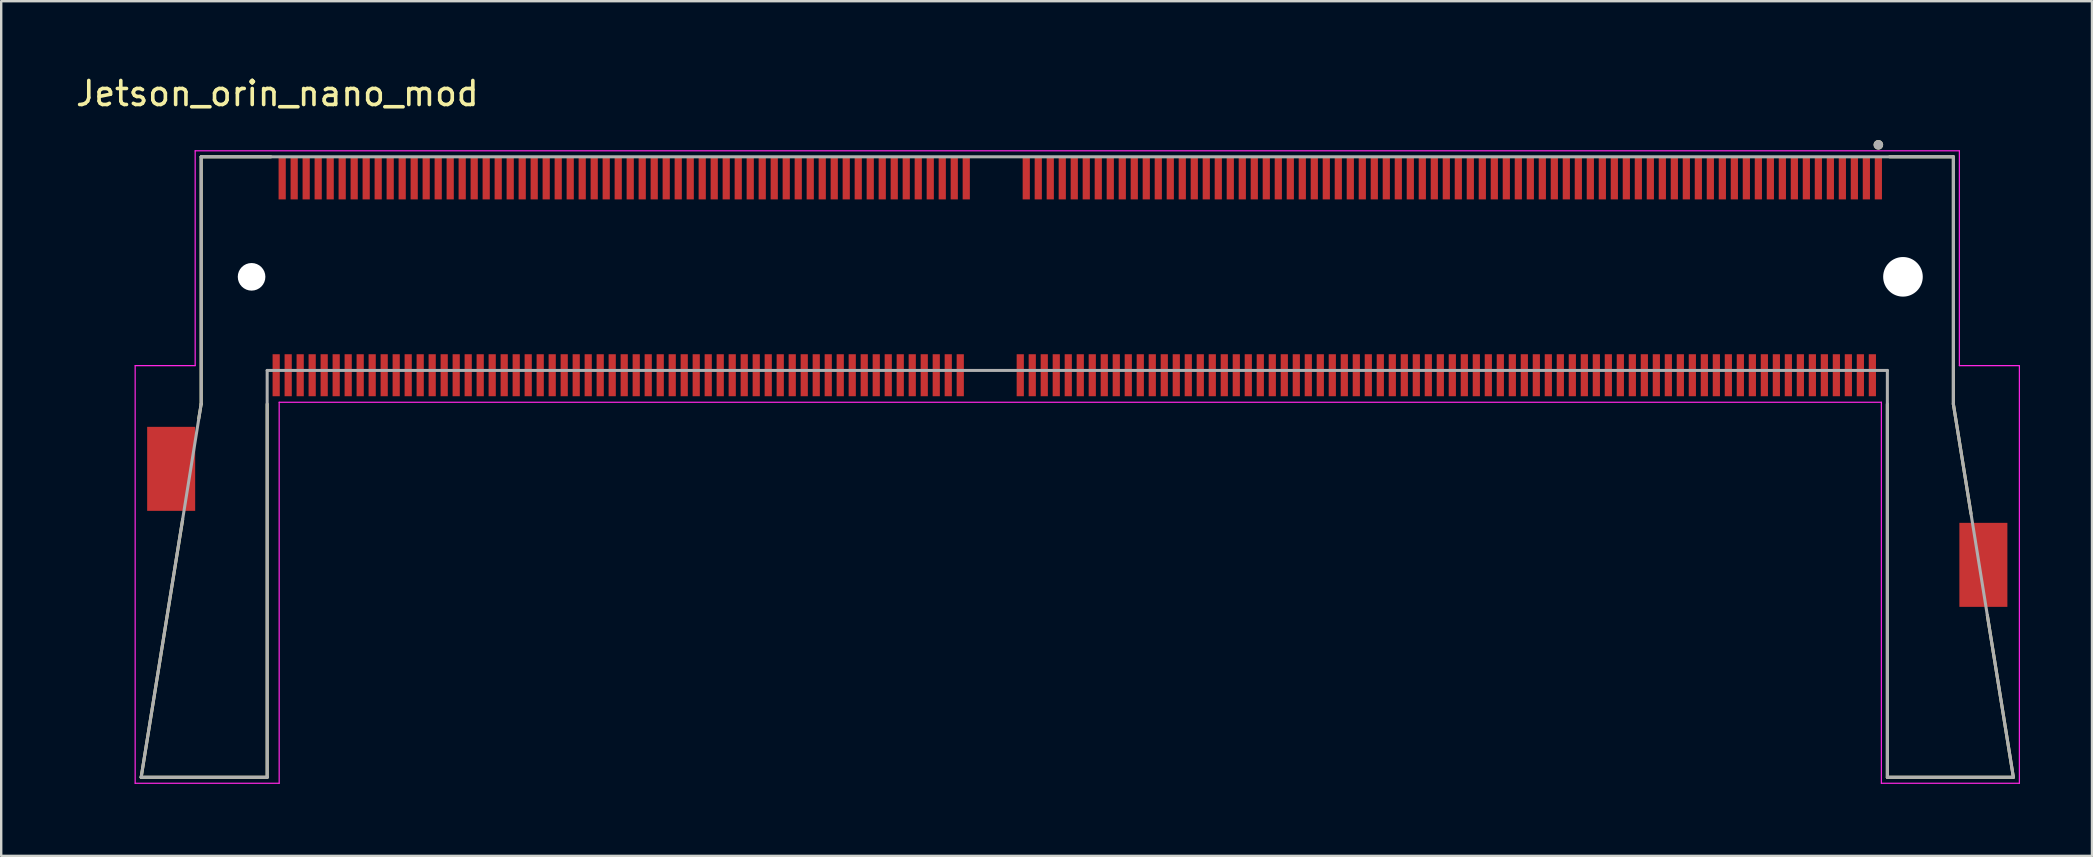
<source format=kicad_pcb>
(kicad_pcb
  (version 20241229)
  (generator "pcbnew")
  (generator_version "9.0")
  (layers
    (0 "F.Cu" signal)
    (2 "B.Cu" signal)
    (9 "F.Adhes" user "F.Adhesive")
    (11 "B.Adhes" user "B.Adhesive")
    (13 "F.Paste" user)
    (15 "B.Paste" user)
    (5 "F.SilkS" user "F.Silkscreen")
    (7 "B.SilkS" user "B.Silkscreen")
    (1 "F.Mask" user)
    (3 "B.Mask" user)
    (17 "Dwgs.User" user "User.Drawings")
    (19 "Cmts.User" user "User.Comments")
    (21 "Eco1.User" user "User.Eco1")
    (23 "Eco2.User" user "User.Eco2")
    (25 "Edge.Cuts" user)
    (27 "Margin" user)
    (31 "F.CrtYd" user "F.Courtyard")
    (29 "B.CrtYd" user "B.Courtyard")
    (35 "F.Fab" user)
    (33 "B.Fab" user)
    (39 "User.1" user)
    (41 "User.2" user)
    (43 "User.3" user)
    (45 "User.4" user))
  (footprint "Jetson_orin_nano_mod"
    (layer "F.Cu")
    (at 38.331 8.483)
    (property "Reference" "Jetson_orin_nano_mod" (at -29.825 -7.635 0) (layer "F.SilkS") (effects (font (size 1 1) (thickness 0.15))))
    (attr smd)
    (fp_line (start -35.5 20.85) (end -33.77 10.105) (stroke (width 0.127) (type solid)) (layer "F.SilkS"))
    (fp_line (start -35.5 20.85) (end -30.25 20.85) (stroke (width 0.127) (type solid)) (layer "F.SilkS"))
    (fp_line (start -33 -5) (end -33 5.3) (stroke (width 0.127) (type solid)) (layer "F.SilkS"))
    (fp_line (start -33 5.3) (end -33.1 5.9) (stroke (width 0.127) (type solid)) (layer "F.SilkS"))
    (fp_line (start -30.25 20.85) (end -30.25 5.3) (stroke (width 0.127) (type solid)) (layer "F.SilkS"))
    (fp_line (start -30.095 -5) (end -33 -5) (stroke (width 0.127) (type solid)) (layer "F.SilkS"))
    (fp_line (start 37.25 5.3) (end 37.25 20.85) (stroke (width 0.127) (type solid)) (layer "F.SilkS"))
    (fp_line (start 37.25 20.85) (end 42.5 20.85) (stroke (width 0.127) (type solid)) (layer "F.SilkS"))
    (fp_line (start 40 -5) (end 37.345 -5) (stroke (width 0.127) (type solid)) (layer "F.SilkS"))
    (fp_line (start 40 5.3) (end 40 -5) (stroke (width 0.127) (type solid)) (layer "F.SilkS"))
    (fp_line (start 40 5.3) (end 40.735 9.87) (stroke (width 0.127) (type solid)) (layer "F.SilkS"))
    (fp_line (start 42.5 20.85) (end 41.415 14.1) (stroke (width 0.127) (type solid)) (layer "F.SilkS"))
    (fp_circle (center 36.875 -5.5) (end 36.975 -5.5) (stroke (width 0.2) (type solid)) (fill no) (layer "F.SilkS"))
    (fp_line (start -35.75 3.7) (end -33.25 3.7) (stroke (width 0.05) (type solid)) (layer "F.CrtYd"))
    (fp_line (start -35.75 21.1) (end -35.75 3.7) (stroke (width 0.05) (type solid)) (layer "F.CrtYd"))
    (fp_line (start -33.25 -5.25) (end 40.25 -5.25) (stroke (width 0.05) (type solid)) (layer "F.CrtYd"))
    (fp_line (start -33.25 3.7) (end -33.25 -5.25) (stroke (width 0.05) (type solid)) (layer "F.CrtYd"))
    (fp_line (start -29.75 5.225) (end -29.75 21.1) (stroke (width 0.05) (type solid)) (layer "F.CrtYd"))
    (fp_line (start -29.75 21.1) (end -35.75 21.1) (stroke (width 0.05) (type solid)) (layer "F.CrtYd"))
    (fp_line (start 37 5.225) (end -29.75 5.225) (stroke (width 0.05) (type solid)) (layer "F.CrtYd"))
    (fp_line (start 37 21.1) (end 37 5.225) (stroke (width 0.05) (type solid)) (layer "F.CrtYd"))
    (fp_line (start 40.25 -5.25) (end 40.25 3.7) (stroke (width 0.05) (type solid)) (layer "F.CrtYd"))
    (fp_line (start 40.25 3.7) (end 42.75 3.7) (stroke (width 0.05) (type solid)) (layer "F.CrtYd"))
    (fp_line (start 42.75 3.7) (end 42.75 21.1) (stroke (width 0.05) (type solid)) (layer "F.CrtYd"))
    (fp_line (start 42.75 21.1) (end 37 21.1) (stroke (width 0.05) (type solid)) (layer "F.CrtYd"))
    (fp_line (start -35.5 20.85) (end -30.25 20.85) (stroke (width 0.127) (type solid)) (layer "F.Fab"))
    (fp_line (start -33 -5) (end -33 5.3) (stroke (width 0.127) (type solid)) (layer "F.Fab"))
    (fp_line (start -33 5.3) (end -35.5 20.85) (stroke (width 0.127) (type solid)) (layer "F.Fab"))
    (fp_line (start -30.25 3.9) (end 37.25 3.9) (stroke (width 0.127) (type solid)) (layer "F.Fab"))
    (fp_line (start -30.25 20.85) (end -30.25 3.9) (stroke (width 0.127) (type solid)) (layer "F.Fab"))
    (fp_line (start 37.25 3.9) (end 37.25 20.85) (stroke (width 0.127) (type solid)) (layer "F.Fab"))
    (fp_line (start 37.25 20.85) (end 42.5 20.85) (stroke (width 0.127) (type solid)) (layer "F.Fab"))
    (fp_line (start 40 -5) (end -33 -5) (stroke (width 0.127) (type solid)) (layer "F.Fab"))
    (fp_line (start 40 5.3) (end 40 -5) (stroke (width 0.127) (type solid)) (layer "F.Fab"))
    (fp_line (start 42.5 20.85) (end 40 5.3) (stroke (width 0.127) (type solid)) (layer "F.Fab"))
    (fp_circle (center 36.875 -5.5) (end 36.975 -5.5) (stroke (width 0.2) (type solid)) (fill no) (layer "F.Fab"))
    (pad "" np_thru_hole circle (at -30.9 0) (size 1.15 1.15) (drill 1.15) (layers "*.Cu" "*.Mask"))
    (pad "" np_thru_hole circle (at 37.9 0) (size 1.65 1.65) (drill 1.65) (layers "*.Cu" "*.Mask"))
    (pad "1" smd rect (at 36.875 -4.1 90) (size 1.75 0.3) (layers "F.Cu" "F.Mask" "F.Paste"))
    (pad "2" smd rect (at 36.625 4.1 90) (size 1.75 0.3) (layers "F.Cu" "F.Mask" "F.Paste"))
    (pad "3" smd rect (at 36.375 -4.1 90) (size 1.75 0.3) (layers "F.Cu" "F.Mask" "F.Paste"))
    (pad "4" smd rect (at 36.125 4.1 90) (size 1.75 0.3) (layers "F.Cu" "F.Mask" "F.Paste"))
    (pad "5" smd rect (at 35.875 -4.1 90) (size 1.75 0.3) (layers "F.Cu" "F.Mask" "F.Paste"))
    (pad "6" smd rect (at 35.625 4.1 90) (size 1.75 0.3) (layers "F.Cu" "F.Mask" "F.Paste"))
    (pad "7" smd rect (at 35.375 -4.1 90) (size 1.75 0.3) (layers "F.Cu" "F.Mask" "F.Paste"))
    (pad "8" smd rect (at 35.125 4.1 90) (size 1.75 0.3) (layers "F.Cu" "F.Mask" "F.Paste"))
    (pad "9" smd rect (at 34.875 -4.1 90) (size 1.75 0.3) (layers "F.Cu" "F.Mask" "F.Paste"))
    (pad "10" smd rect (at 34.625 4.1 90) (size 1.75 0.3) (layers "F.Cu" "F.Mask" "F.Paste"))
    (pad "11" smd rect (at 34.375 -4.1 90) (size 1.75 0.3) (layers "F.Cu" "F.Mask" "F.Paste"))
    (pad "12" smd rect (at 34.125 4.1 90) (size 1.75 0.3) (layers "F.Cu" "F.Mask" "F.Paste"))
    (pad "13" smd rect (at 33.875 -4.1 90) (size 1.75 0.3) (layers "F.Cu" "F.Mask" "F.Paste"))
    (pad "14" smd rect (at 33.625 4.1 90) (size 1.75 0.3) (layers "F.Cu" "F.Mask" "F.Paste"))
    (pad "15" smd rect (at 33.375 -4.1 90) (size 1.75 0.3) (layers "F.Cu" "F.Mask" "F.Paste"))
    (pad "16" smd rect (at 33.125 4.1 90) (size 1.75 0.3) (layers "F.Cu" "F.Mask" "F.Paste"))
    (pad "17" smd rect (at 32.875 -4.1 90) (size 1.75 0.3) (layers "F.Cu" "F.Mask" "F.Paste"))
    (pad "18" smd rect (at 32.625 4.1 90) (size 1.75 0.3) (layers "F.Cu" "F.Mask" "F.Paste"))
    (pad "19" smd rect (at 32.375 -4.1 90) (size 1.75 0.3) (layers "F.Cu" "F.Mask" "F.Paste"))
    (pad "20" smd rect (at 32.125 4.1 90) (size 1.75 0.3) (layers "F.Cu" "F.Mask" "F.Paste"))
    (pad "21" smd rect (at 31.875 -4.1 90) (size 1.75 0.3) (layers "F.Cu" "F.Mask" "F.Paste"))
    (pad "22" smd rect (at 31.625 4.1 90) (size 1.75 0.3) (layers "F.Cu" "F.Mask" "F.Paste"))
    (pad "23" smd rect (at 31.375 -4.1 90) (size 1.75 0.3) (layers "F.Cu" "F.Mask" "F.Paste"))
    (pad "24" smd rect (at 31.125 4.1 90) (size 1.75 0.3) (layers "F.Cu" "F.Mask" "F.Paste"))
    (pad "25" smd rect (at 30.875 -4.1 90) (size 1.75 0.3) (layers "F.Cu" "F.Mask" "F.Paste"))
    (pad "26" smd rect (at 30.625 4.1 90) (size 1.75 0.3) (layers "F.Cu" "F.Mask" "F.Paste"))
    (pad "27" smd rect (at 30.375 -4.1 90) (size 1.75 0.3) (layers "F.Cu" "F.Mask" "F.Paste"))
    (pad "28" smd rect (at 30.125 4.1 90) (size 1.75 0.3) (layers "F.Cu" "F.Mask" "F.Paste"))
    (pad "29" smd rect (at 29.875 -4.1 90) (size 1.75 0.3) (layers "F.Cu" "F.Mask" "F.Paste"))
    (pad "30" smd rect (at 29.625 4.1 90) (size 1.75 0.3) (layers "F.Cu" "F.Mask" "F.Paste"))
    (pad "31" smd rect (at 29.375 -4.1 90) (size 1.75 0.3) (layers "F.Cu" "F.Mask" "F.Paste"))
    (pad "32" smd rect (at 29.125 4.1 90) (size 1.75 0.3) (layers "F.Cu" "F.Mask" "F.Paste"))
    (pad "33" smd rect (at 28.875 -4.1 90) (size 1.75 0.3) (layers "F.Cu" "F.Mask" "F.Paste"))
    (pad "34" smd rect (at 28.625 4.1 90) (size 1.75 0.3) (layers "F.Cu" "F.Mask" "F.Paste"))
    (pad "35" smd rect (at 28.375 -4.1 90) (size 1.75 0.3) (layers "F.Cu" "F.Mask" "F.Paste"))
    (pad "36" smd rect (at 28.125 4.1 90) (size 1.75 0.3) (layers "F.Cu" "F.Mask" "F.Paste"))
    (pad "37" smd rect (at 27.875 -4.1 90) (size 1.75 0.3) (layers "F.Cu" "F.Mask" "F.Paste"))
    (pad "38" smd rect (at 27.625 4.1 90) (size 1.75 0.3) (layers "F.Cu" "F.Mask" "F.Paste"))
    (pad "39" smd rect (at 27.375 -4.1 90) (size 1.75 0.3) (layers "F.Cu" "F.Mask" "F.Paste"))
    (pad "40" smd rect (at 27.125 4.1 90) (size 1.75 0.3) (layers "F.Cu" "F.Mask" "F.Paste"))
    (pad "41" smd rect (at 26.875 -4.1 90) (size 1.75 0.3) (layers "F.Cu" "F.Mask" "F.Paste"))
    (pad "42" smd rect (at 26.625 4.1 90) (size 1.75 0.3) (layers "F.Cu" "F.Mask" "F.Paste"))
    (pad "43" smd rect (at 26.375 -4.1 90) (size 1.75 0.3) (layers "F.Cu" "F.Mask" "F.Paste"))
    (pad "44" smd rect (at 26.125 4.1 90) (size 1.75 0.3) (layers "F.Cu" "F.Mask" "F.Paste"))
    (pad "45" smd rect (at 25.875 -4.1 90) (size 1.75 0.3) (layers "F.Cu" "F.Mask" "F.Paste"))
    (pad "46" smd rect (at 25.625 4.1 90) (size 1.75 0.3) (layers "F.Cu" "F.Mask" "F.Paste"))
    (pad "47" smd rect (at 25.375 -4.1 90) (size 1.75 0.3) (layers "F.Cu" "F.Mask" "F.Paste"))
    (pad "48" smd rect (at 25.125 4.1 90) (size 1.75 0.3) (layers "F.Cu" "F.Mask" "F.Paste"))
    (pad "49" smd rect (at 24.875 -4.1 90) (size 1.75 0.3) (layers "F.Cu" "F.Mask" "F.Paste"))
    (pad "50" smd rect (at 24.625 4.1 90) (size 1.75 0.3) (layers "F.Cu" "F.Mask" "F.Paste"))
    (pad "51" smd rect (at 24.375 -4.1 90) (size 1.75 0.3) (layers "F.Cu" "F.Mask" "F.Paste"))
    (pad "52" smd rect (at 24.125 4.1 90) (size 1.75 0.3) (layers "F.Cu" "F.Mask" "F.Paste"))
    (pad "53" smd rect (at 23.875 -4.1 90) (size 1.75 0.3) (layers "F.Cu" "F.Mask" "F.Paste"))
    (pad "54" smd rect (at 23.625 4.1 90) (size 1.75 0.3) (layers "F.Cu" "F.Mask" "F.Paste"))
    (pad "55" smd rect (at 23.375 -4.1 90) (size 1.75 0.3) (layers "F.Cu" "F.Mask" "F.Paste"))
    (pad "56" smd rect (at 23.125 4.1 90) (size 1.75 0.3) (layers "F.Cu" "F.Mask" "F.Paste"))
    (pad "57" smd rect (at 22.875 -4.1 90) (size 1.75 0.3) (layers "F.Cu" "F.Mask" "F.Paste"))
    (pad "58" smd rect (at 22.625 4.1 90) (size 1.75 0.3) (layers "F.Cu" "F.Mask" "F.Paste"))
    (pad "59" smd rect (at 22.375 -4.1 90) (size 1.75 0.3) (layers "F.Cu" "F.Mask" "F.Paste"))
    (pad "60" smd rect (at 22.125 4.1 90) (size 1.75 0.3) (layers "F.Cu" "F.Mask" "F.Paste"))
    (pad "61" smd rect (at 21.875 -4.1 90) (size 1.75 0.3) (layers "F.Cu" "F.Mask" "F.Paste"))
    (pad "62" smd rect (at 21.625 4.1 90) (size 1.75 0.3) (layers "F.Cu" "F.Mask" "F.Paste"))
    (pad "63" smd rect (at 21.375 -4.1 90) (size 1.75 0.3) (layers "F.Cu" "F.Mask" "F.Paste"))
    (pad "64" smd rect (at 21.125 4.1 90) (size 1.75 0.3) (layers "F.Cu" "F.Mask" "F.Paste"))
    (pad "65" smd rect (at 20.875 -4.1 90) (size 1.75 0.3) (layers "F.Cu" "F.Mask" "F.Paste"))
    (pad "66" smd rect (at 20.625 4.1 90) (size 1.75 0.3) (layers "F.Cu" "F.Mask" "F.Paste"))
    (pad "67" smd rect (at 20.375 -4.1 90) (size 1.75 0.3) (layers "F.Cu" "F.Mask" "F.Paste"))
    (pad "68" smd rect (at 20.125 4.1 90) (size 1.75 0.3) (layers "F.Cu" "F.Mask" "F.Paste"))
    (pad "69" smd rect (at 19.875 -4.1 90) (size 1.75 0.3) (layers "F.Cu" "F.Mask" "F.Paste"))
    (pad "70" smd rect (at 19.625 4.1 90) (size 1.75 0.3) (layers "F.Cu" "F.Mask" "F.Paste"))
    (pad "71" smd rect (at 19.375 -4.1 90) (size 1.75 0.3) (layers "F.Cu" "F.Mask" "F.Paste"))
    (pad "72" smd rect (at 19.125 4.1 90) (size 1.75 0.3) (layers "F.Cu" "F.Mask" "F.Paste"))
    (pad "73" smd rect (at 18.875 -4.1 90) (size 1.75 0.3) (layers "F.Cu" "F.Mask" "F.Paste"))
    (pad "74" smd rect (at 18.625 4.1 90) (size 1.75 0.3) (layers "F.Cu" "F.Mask" "F.Paste"))
    (pad "75" smd rect (at 18.375 -4.1 90) (size 1.75 0.3) (layers "F.Cu" "F.Mask" "F.Paste"))
    (pad "76" smd rect (at 18.125 4.1 90) (size 1.75 0.3) (layers "F.Cu" "F.Mask" "F.Paste"))
    (pad "77" smd rect (at 17.875 -4.1 90) (size 1.75 0.3) (layers "F.Cu" "F.Mask" "F.Paste"))
    (pad "78" smd rect (at 17.625 4.1 90) (size 1.75 0.3) (layers "F.Cu" "F.Mask" "F.Paste"))
    (pad "79" smd rect (at 17.375 -4.1 90) (size 1.75 0.3) (layers "F.Cu" "F.Mask" "F.Paste"))
    (pad "80" smd rect (at 17.125 4.1 90) (size 1.75 0.3) (layers "F.Cu" "F.Mask" "F.Paste"))
    (pad "81" smd rect (at 16.875 -4.1 90) (size 1.75 0.3) (layers "F.Cu" "F.Mask" "F.Paste"))
    (pad "82" smd rect (at 16.625 4.1 90) (size 1.75 0.3) (layers "F.Cu" "F.Mask" "F.Paste"))
    (pad "83" smd rect (at 16.375 -4.1 90) (size 1.75 0.3) (layers "F.Cu" "F.Mask" "F.Paste"))
    (pad "84" smd rect (at 16.125 4.1 90) (size 1.75 0.3) (layers "F.Cu" "F.Mask" "F.Paste"))
    (pad "85" smd rect (at 15.875 -4.1 90) (size 1.75 0.3) (layers "F.Cu" "F.Mask" "F.Paste"))
    (pad "86" smd rect (at 15.625 4.1 90) (size 1.75 0.3) (layers "F.Cu" "F.Mask" "F.Paste"))
    (pad "87" smd rect (at 15.375 -4.1 90) (size 1.75 0.3) (layers "F.Cu" "F.Mask" "F.Paste"))
    (pad "88" smd rect (at 15.125 4.1 90) (size 1.75 0.3) (layers "F.Cu" "F.Mask" "F.Paste"))
    (pad "89" smd rect (at 14.875 -4.1 90) (size 1.75 0.3) (layers "F.Cu" "F.Mask" "F.Paste"))
    (pad "90" smd rect (at 14.625 4.1 90) (size 1.75 0.3) (layers "F.Cu" "F.Mask" "F.Paste"))
    (pad "91" smd rect (at 14.375 -4.1 90) (size 1.75 0.3) (layers "F.Cu" "F.Mask" "F.Paste"))
    (pad "92" smd rect (at 14.125 4.1 90) (size 1.75 0.3) (layers "F.Cu" "F.Mask" "F.Paste"))
    (pad "93" smd rect (at 13.875 -4.1 90) (size 1.75 0.3) (layers "F.Cu" "F.Mask" "F.Paste"))
    (pad "94" smd rect (at 13.625 4.1 90) (size 1.75 0.3) (layers "F.Cu" "F.Mask" "F.Paste"))
    (pad "95" smd rect (at 13.375 -4.1 90) (size 1.75 0.3) (layers "F.Cu" "F.Mask" "F.Paste"))
    (pad "96" smd rect (at 13.125 4.1 90) (size 1.75 0.3) (layers "F.Cu" "F.Mask" "F.Paste"))
    (pad "97" smd rect (at 12.875 -4.1 90) (size 1.75 0.3) (layers "F.Cu" "F.Mask" "F.Paste"))
    (pad "98" smd rect (at 12.625 4.1 90) (size 1.75 0.3) (layers "F.Cu" "F.Mask" "F.Paste"))
    (pad "99" smd rect (at 12.375 -4.1 90) (size 1.75 0.3) (layers "F.Cu" "F.Mask" "F.Paste"))
    (pad "100" smd rect (at 12.125 4.1 90) (size 1.75 0.3) (layers "F.Cu" "F.Mask" "F.Paste"))
    (pad "101" smd rect (at 11.875 -4.1 90) (size 1.75 0.3) (layers "F.Cu" "F.Mask" "F.Paste"))
    (pad "102" smd rect (at 11.625 4.1 90) (size 1.75 0.3) (layers "F.Cu" "F.Mask" "F.Paste"))
    (pad "103" smd rect (at 11.375 -4.1 90) (size 1.75 0.3) (layers "F.Cu" "F.Mask" "F.Paste"))
    (pad "104" smd rect (at 11.125 4.1 90) (size 1.75 0.3) (layers "F.Cu" "F.Mask" "F.Paste"))
    (pad "105" smd rect (at 10.875 -4.1 90) (size 1.75 0.3) (layers "F.Cu" "F.Mask" "F.Paste"))
    (pad "106" smd rect (at 10.625 4.1 90) (size 1.75 0.3) (layers "F.Cu" "F.Mask" "F.Paste"))
    (pad "107" smd rect (at 10.375 -4.1 90) (size 1.75 0.3) (layers "F.Cu" "F.Mask" "F.Paste"))
    (pad "108" smd rect (at 10.125 4.1 90) (size 1.75 0.3) (layers "F.Cu" "F.Mask" "F.Paste"))
    (pad "109" smd rect (at 9.875 -4.1 90) (size 1.75 0.3) (layers "F.Cu" "F.Mask" "F.Paste"))
    (pad "110" smd rect (at 9.625 4.1 90) (size 1.75 0.3) (layers "F.Cu" "F.Mask" "F.Paste"))
    (pad "111" smd rect (at 9.375 -4.1 90) (size 1.75 0.3) (layers "F.Cu" "F.Mask" "F.Paste"))
    (pad "112" smd rect (at 9.125 4.1 90) (size 1.75 0.3) (layers "F.Cu" "F.Mask" "F.Paste"))
    (pad "113" smd rect (at 8.875 -4.1 90) (size 1.75 0.3) (layers "F.Cu" "F.Mask" "F.Paste"))
    (pad "114" smd rect (at 8.625 4.1 90) (size 1.75 0.3) (layers "F.Cu" "F.Mask" "F.Paste"))
    (pad "115" smd rect (at 8.375 -4.1 90) (size 1.75 0.3) (layers "F.Cu" "F.Mask" "F.Paste"))
    (pad "116" smd rect (at 8.125 4.1 90) (size 1.75 0.3) (layers "F.Cu" "F.Mask" "F.Paste"))
    (pad "117" smd rect (at 7.875 -4.1 90) (size 1.75 0.3) (layers "F.Cu" "F.Mask" "F.Paste"))
    (pad "118" smd rect (at 7.625 4.1 90) (size 1.75 0.3) (layers "F.Cu" "F.Mask" "F.Paste"))
    (pad "119" smd rect (at 7.375 -4.1 90) (size 1.75 0.3) (layers "F.Cu" "F.Mask" "F.Paste"))
    (pad "120" smd rect (at 7.125 4.1 90) (size 1.75 0.3) (layers "F.Cu" "F.Mask" "F.Paste"))
    (pad "121" smd rect (at 6.875 -4.1 90) (size 1.75 0.3) (layers "F.Cu" "F.Mask" "F.Paste"))
    (pad "122" smd rect (at 6.625 4.1 90) (size 1.75 0.3) (layers "F.Cu" "F.Mask" "F.Paste"))
    (pad "123" smd rect (at 6.375 -4.1 90) (size 1.75 0.3) (layers "F.Cu" "F.Mask" "F.Paste"))
    (pad "124" smd rect (at 6.125 4.1 90) (size 1.75 0.3) (layers "F.Cu" "F.Mask" "F.Paste"))
    (pad "125" smd rect (at 5.875 -4.1 90) (size 1.75 0.3) (layers "F.Cu" "F.Mask" "F.Paste"))
    (pad "126" smd rect (at 5.625 4.1 90) (size 1.75 0.3) (layers "F.Cu" "F.Mask" "F.Paste"))
    (pad "127" smd rect (at 5.375 -4.1 90) (size 1.75 0.3) (layers "F.Cu" "F.Mask" "F.Paste"))
    (pad "128" smd rect (at 5.125 4.1 90) (size 1.75 0.3) (layers "F.Cu" "F.Mask" "F.Paste"))
    (pad "129" smd rect (at 4.875 -4.1 90) (size 1.75 0.3) (layers "F.Cu" "F.Mask" "F.Paste"))
    (pad "130" smd rect (at 4.625 4.1 90) (size 1.75 0.3) (layers "F.Cu" "F.Mask" "F.Paste"))
    (pad "131" smd rect (at 4.375 -4.1 90) (size 1.75 0.3) (layers "F.Cu" "F.Mask" "F.Paste"))
    (pad "132" smd rect (at 4.125 4.1 90) (size 1.75 0.3) (layers "F.Cu" "F.Mask" "F.Paste"))
    (pad "133" smd rect (at 3.875 -4.1 90) (size 1.75 0.3) (layers "F.Cu" "F.Mask" "F.Paste"))
    (pad "134" smd rect (at 3.625 4.1 90) (size 1.75 0.3) (layers "F.Cu" "F.Mask" "F.Paste"))
    (pad "135" smd rect (at 3.375 -4.1 90) (size 1.75 0.3) (layers "F.Cu" "F.Mask" "F.Paste"))
    (pad "136" smd rect (at 3.125 4.1 90) (size 1.75 0.3) (layers "F.Cu" "F.Mask" "F.Paste"))
    (pad "137" smd rect (at 2.875 -4.1 90) (size 1.75 0.3) (layers "F.Cu" "F.Mask" "F.Paste"))
    (pad "138" smd rect (at 2.625 4.1 90) (size 1.75 0.3) (layers "F.Cu" "F.Mask" "F.Paste"))
    (pad "139" smd rect (at 2.375 -4.1 90) (size 1.75 0.3) (layers "F.Cu" "F.Mask" "F.Paste"))
    (pad "140" smd rect (at 2.125 4.1 90) (size 1.75 0.3) (layers "F.Cu" "F.Mask" "F.Paste"))
    (pad "141" smd rect (at 1.875 -4.1 90) (size 1.75 0.3) (layers "F.Cu" "F.Mask" "F.Paste"))
    (pad "142" smd rect (at 1.625 4.1 90) (size 1.75 0.3) (layers "F.Cu" "F.Mask" "F.Paste"))
    (pad "143" smd rect (at 1.375 -4.1 90) (size 1.75 0.3) (layers "F.Cu" "F.Mask" "F.Paste"))
    (pad "144" smd rect (at 1.125 4.1 90) (size 1.75 0.3) (layers "F.Cu" "F.Mask" "F.Paste"))
    (pad "145" smd rect (at -1.125 -4.1 90) (size 1.75 0.3) (layers "F.Cu" "F.Mask" "F.Paste"))
    (pad "146" smd rect (at -1.375 4.1 90) (size 1.75 0.3) (layers "F.Cu" "F.Mask" "F.Paste"))
    (pad "147" smd rect (at -1.625 -4.1 90) (size 1.75 0.3) (layers "F.Cu" "F.Mask" "F.Paste"))
    (pad "148" smd rect (at -1.875 4.1 90) (size 1.75 0.3) (layers "F.Cu" "F.Mask" "F.Paste"))
    (pad "149" smd rect (at -2.125 -4.1 90) (size 1.75 0.3) (layers "F.Cu" "F.Mask" "F.Paste"))
    (pad "150" smd rect (at -2.375 4.1 90) (size 1.75 0.3) (layers "F.Cu" "F.Mask" "F.Paste"))
    (pad "151" smd rect (at -2.625 -4.1 90) (size 1.75 0.3) (layers "F.Cu" "F.Mask" "F.Paste"))
    (pad "152" smd rect (at -2.875 4.1 90) (size 1.75 0.3) (layers "F.Cu" "F.Mask" "F.Paste"))
    (pad "153" smd rect (at -3.125 -4.1 90) (size 1.75 0.3) (layers "F.Cu" "F.Mask" "F.Paste"))
    (pad "154" smd rect (at -3.375 4.1 90) (size 1.75 0.3) (layers "F.Cu" "F.Mask" "F.Paste"))
    (pad "155" smd rect (at -3.625 -4.1 90) (size 1.75 0.3) (layers "F.Cu" "F.Mask" "F.Paste"))
    (pad "156" smd rect (at -3.875 4.1 90) (size 1.75 0.3) (layers "F.Cu" "F.Mask" "F.Paste"))
    (pad "157" smd rect (at -4.125 -4.1 90) (size 1.75 0.3) (layers "F.Cu" "F.Mask" "F.Paste"))
    (pad "158" smd rect (at -4.375 4.1 90) (size 1.75 0.3) (layers "F.Cu" "F.Mask" "F.Paste"))
    (pad "159" smd rect (at -4.625 -4.1 90) (size 1.75 0.3) (layers "F.Cu" "F.Mask" "F.Paste"))
    (pad "160" smd rect (at -4.875 4.1 90) (size 1.75 0.3) (layers "F.Cu" "F.Mask" "F.Paste"))
    (pad "161" smd rect (at -5.125 -4.1 90) (size 1.75 0.3) (layers "F.Cu" "F.Mask" "F.Paste"))
    (pad "162" smd rect (at -5.375 4.1 90) (size 1.75 0.3) (layers "F.Cu" "F.Mask" "F.Paste"))
    (pad "163" smd rect (at -5.625 -4.1 90) (size 1.75 0.3) (layers "F.Cu" "F.Mask" "F.Paste"))
    (pad "164" smd rect (at -5.875 4.1 90) (size 1.75 0.3) (layers "F.Cu" "F.Mask" "F.Paste"))
    (pad "165" smd rect (at -6.125 -4.1 90) (size 1.75 0.3) (layers "F.Cu" "F.Mask" "F.Paste"))
    (pad "166" smd rect (at -6.375 4.1 90) (size 1.75 0.3) (layers "F.Cu" "F.Mask" "F.Paste"))
    (pad "167" smd rect (at -6.625 -4.1 90) (size 1.75 0.3) (layers "F.Cu" "F.Mask" "F.Paste"))
    (pad "168" smd rect (at -6.875 4.1 90) (size 1.75 0.3) (layers "F.Cu" "F.Mask" "F.Paste"))
    (pad "169" smd rect (at -7.125 -4.1 90) (size 1.75 0.3) (layers "F.Cu" "F.Mask" "F.Paste"))
    (pad "170" smd rect (at -7.375 4.1 90) (size 1.75 0.3) (layers "F.Cu" "F.Mask" "F.Paste"))
    (pad "171" smd rect (at -7.625 -4.1 90) (size 1.75 0.3) (layers "F.Cu" "F.Mask" "F.Paste"))
    (pad "172" smd rect (at -7.875 4.1 90) (size 1.75 0.3) (layers "F.Cu" "F.Mask" "F.Paste"))
    (pad "173" smd rect (at -8.125 -4.1 90) (size 1.75 0.3) (layers "F.Cu" "F.Mask" "F.Paste"))
    (pad "174" smd rect (at -8.375 4.1 90) (size 1.75 0.3) (layers "F.Cu" "F.Mask" "F.Paste"))
    (pad "175" smd rect (at -8.625 -4.1 90) (size 1.75 0.3) (layers "F.Cu" "F.Mask" "F.Paste"))
    (pad "176" smd rect (at -8.875 4.1 90) (size 1.75 0.3) (layers "F.Cu" "F.Mask" "F.Paste"))
    (pad "177" smd rect (at -9.125 -4.1 90) (size 1.75 0.3) (layers "F.Cu" "F.Mask" "F.Paste"))
    (pad "178" smd rect (at -9.375 4.1 90) (size 1.75 0.3) (layers "F.Cu" "F.Mask" "F.Paste"))
    (pad "179" smd rect (at -9.625 -4.1 90) (size 1.75 0.3) (layers "F.Cu" "F.Mask" "F.Paste"))
    (pad "180" smd rect (at -9.875 4.1 90) (size 1.75 0.3) (layers "F.Cu" "F.Mask" "F.Paste"))
    (pad "181" smd rect (at -10.125 -4.1 90) (size 1.75 0.3) (layers "F.Cu" "F.Mask" "F.Paste"))
    (pad "182" smd rect (at -10.375 4.1 90) (size 1.75 0.3) (layers "F.Cu" "F.Mask" "F.Paste"))
    (pad "183" smd rect (at -10.625 -4.1 90) (size 1.75 0.3) (layers "F.Cu" "F.Mask" "F.Paste"))
    (pad "184" smd rect (at -10.875 4.1 90) (size 1.75 0.3) (layers "F.Cu" "F.Mask" "F.Paste"))
    (pad "185" smd rect (at -11.125 -4.1 90) (size 1.75 0.3) (layers "F.Cu" "F.Mask" "F.Paste"))
    (pad "186" smd rect (at -11.375 4.1 90) (size 1.75 0.3) (layers "F.Cu" "F.Mask" "F.Paste"))
    (pad "187" smd rect (at -11.625 -4.1 90) (size 1.75 0.3) (layers "F.Cu" "F.Mask" "F.Paste"))
    (pad "188" smd rect (at -11.875 4.1 90) (size 1.75 0.3) (layers "F.Cu" "F.Mask" "F.Paste"))
    (pad "189" smd rect (at -12.125 -4.1 90) (size 1.75 0.3) (layers "F.Cu" "F.Mask" "F.Paste"))
    (pad "190" smd rect (at -12.375 4.1 90) (size 1.75 0.3) (layers "F.Cu" "F.Mask" "F.Paste"))
    (pad "191" smd rect (at -12.625 -4.1 90) (size 1.75 0.3) (layers "F.Cu" "F.Mask" "F.Paste"))
    (pad "192" smd rect (at -12.875 4.1 90) (size 1.75 0.3) (layers "F.Cu" "F.Mask" "F.Paste"))
    (pad "193" smd rect (at -13.125 -4.1 90) (size 1.75 0.3) (layers "F.Cu" "F.Mask" "F.Paste"))
    (pad "194" smd rect (at -13.375 4.1 90) (size 1.75 0.3) (layers "F.Cu" "F.Mask" "F.Paste"))
    (pad "195" smd rect (at -13.625 -4.1 90) (size 1.75 0.3) (layers "F.Cu" "F.Mask" "F.Paste"))
    (pad "196" smd rect (at -13.875 4.1 90) (size 1.75 0.3) (layers "F.Cu" "F.Mask" "F.Paste"))
    (pad "197" smd rect (at -14.125 -4.1 90) (size 1.75 0.3) (layers "F.Cu" "F.Mask" "F.Paste"))
    (pad "198" smd rect (at -14.375 4.1 90) (size 1.75 0.3) (layers "F.Cu" "F.Mask" "F.Paste"))
    (pad "199" smd rect (at -14.625 -4.1 90) (size 1.75 0.3) (layers "F.Cu" "F.Mask" "F.Paste"))
    (pad "200" smd rect (at -14.875 4.1 90) (size 1.75 0.3) (layers "F.Cu" "F.Mask" "F.Paste"))
    (pad "201" smd rect (at -15.125 -4.1 90) (size 1.75 0.3) (layers "F.Cu" "F.Mask" "F.Paste"))
    (pad "202" smd rect (at -15.375 4.1 90) (size 1.75 0.3) (layers "F.Cu" "F.Mask" "F.Paste"))
    (pad "203" smd rect (at -15.625 -4.1 90) (size 1.75 0.3) (layers "F.Cu" "F.Mask" "F.Paste"))
    (pad "204" smd rect (at -15.875 4.1 90) (size 1.75 0.3) (layers "F.Cu" "F.Mask" "F.Paste"))
    (pad "205" smd rect (at -16.125 -4.1 90) (size 1.75 0.3) (layers "F.Cu" "F.Mask" "F.Paste"))
    (pad "206" smd rect (at -16.375 4.1 90) (size 1.75 0.3) (layers "F.Cu" "F.Mask" "F.Paste"))
    (pad "207" smd rect (at -16.625 -4.1 90) (size 1.75 0.3) (layers "F.Cu" "F.Mask" "F.Paste"))
    (pad "208" smd rect (at -16.875 4.1 90) (size 1.75 0.3) (layers "F.Cu" "F.Mask" "F.Paste"))
    (pad "209" smd rect (at -17.125 -4.1 90) (size 1.75 0.3) (layers "F.Cu" "F.Mask" "F.Paste"))
    (pad "210" smd rect (at -17.375 4.1 90) (size 1.75 0.3) (layers "F.Cu" "F.Mask" "F.Paste"))
    (pad "211" smd rect (at -17.625 -4.1 90) (size 1.75 0.3) (layers "F.Cu" "F.Mask" "F.Paste"))
    (pad "212" smd rect (at -17.875 4.1 90) (size 1.75 0.3) (layers "F.Cu" "F.Mask" "F.Paste"))
    (pad "213" smd rect (at -18.125 -4.1 90) (size 1.75 0.3) (layers "F.Cu" "F.Mask" "F.Paste"))
    (pad "214" smd rect (at -18.375 4.1 90) (size 1.75 0.3) (layers "F.Cu" "F.Mask" "F.Paste"))
    (pad "215" smd rect (at -18.625 -4.1 90) (size 1.75 0.3) (layers "F.Cu" "F.Mask" "F.Paste"))
    (pad "216" smd rect (at -18.875 4.1 90) (size 1.75 0.3) (layers "F.Cu" "F.Mask" "F.Paste"))
    (pad "217" smd rect (at -19.125 -4.1 90) (size 1.75 0.3) (layers "F.Cu" "F.Mask" "F.Paste"))
    (pad "218" smd rect (at -19.375 4.1 90) (size 1.75 0.3) (layers "F.Cu" "F.Mask" "F.Paste"))
    (pad "219" smd rect (at -19.625 -4.1 90) (size 1.75 0.3) (layers "F.Cu" "F.Mask" "F.Paste"))
    (pad "220" smd rect (at -19.875 4.1 90) (size 1.75 0.3) (layers "F.Cu" "F.Mask" "F.Paste"))
    (pad "221" smd rect (at -20.125 -4.1 90) (size 1.75 0.3) (layers "F.Cu" "F.Mask" "F.Paste"))
    (pad "222" smd rect (at -20.375 4.1 90) (size 1.75 0.3) (layers "F.Cu" "F.Mask" "F.Paste"))
    (pad "223" smd rect (at -20.625 -4.1 90) (size 1.75 0.3) (layers "F.Cu" "F.Mask" "F.Paste"))
    (pad "224" smd rect (at -20.875 4.1 90) (size 1.75 0.3) (layers "F.Cu" "F.Mask" "F.Paste"))
    (pad "225" smd rect (at -21.125 -4.1 90) (size 1.75 0.3) (layers "F.Cu" "F.Mask" "F.Paste"))
    (pad "226" smd rect (at -21.375 4.1 90) (size 1.75 0.3) (layers "F.Cu" "F.Mask" "F.Paste"))
    (pad "227" smd rect (at -21.625 -4.1 90) (size 1.75 0.3) (layers "F.Cu" "F.Mask" "F.Paste"))
    (pad "228" smd rect (at -21.875 4.1 90) (size 1.75 0.3) (layers "F.Cu" "F.Mask" "F.Paste"))
    (pad "229" smd rect (at -22.125 -4.1 90) (size 1.75 0.3) (layers "F.Cu" "F.Mask" "F.Paste"))
    (pad "230" smd rect (at -22.375 4.1 90) (size 1.75 0.3) (layers "F.Cu" "F.Mask" "F.Paste"))
    (pad "231" smd rect (at -22.625 -4.1 90) (size 1.75 0.3) (layers "F.Cu" "F.Mask" "F.Paste"))
    (pad "232" smd rect (at -22.875 4.1 90) (size 1.75 0.3) (layers "F.Cu" "F.Mask" "F.Paste"))
    (pad "233" smd rect (at -23.125 -4.1 90) (size 1.75 0.3) (layers "F.Cu" "F.Mask" "F.Paste"))
    (pad "234" smd rect (at -23.375 4.1 90) (size 1.75 0.3) (layers "F.Cu" "F.Mask" "F.Paste"))
    (pad "235" smd rect (at -23.625 -4.1 90) (size 1.75 0.3) (layers "F.Cu" "F.Mask" "F.Paste"))
    (pad "236" smd rect (at -23.875 4.1 90) (size 1.75 0.3) (layers "F.Cu" "F.Mask" "F.Paste"))
    (pad "237" smd rect (at -24.125 -4.1 90) (size 1.75 0.3) (layers "F.Cu" "F.Mask" "F.Paste"))
    (pad "238" smd rect (at -24.375 4.1 90) (size 1.75 0.3) (layers "F.Cu" "F.Mask" "F.Paste"))
    (pad "239" smd rect (at -24.625 -4.1 90) (size 1.75 0.3) (layers "F.Cu" "F.Mask" "F.Paste"))
    (pad "240" smd rect (at -24.875 4.1 90) (size 1.75 0.3) (layers "F.Cu" "F.Mask" "F.Paste"))
    (pad "241" smd rect (at -25.125 -4.1 90) (size 1.75 0.3) (layers "F.Cu" "F.Mask" "F.Paste"))
    (pad "242" smd rect (at -25.375 4.1 90) (size 1.75 0.3) (layers "F.Cu" "F.Mask" "F.Paste"))
    (pad "243" smd rect (at -25.625 -4.1 90) (size 1.75 0.3) (layers "F.Cu" "F.Mask" "F.Paste"))
    (pad "244" smd rect (at -25.875 4.1 90) (size 1.75 0.3) (layers "F.Cu" "F.Mask" "F.Paste"))
    (pad "245" smd rect (at -26.125 -4.1 90) (size 1.75 0.3) (layers "F.Cu" "F.Mask" "F.Paste"))
    (pad "246" smd rect (at -26.375 4.1 90) (size 1.75 0.3) (layers "F.Cu" "F.Mask" "F.Paste"))
    (pad "247" smd rect (at -26.625 -4.1 90) (size 1.75 0.3) (layers "F.Cu" "F.Mask" "F.Paste"))
    (pad "248" smd rect (at -26.875 4.1 90) (size 1.75 0.3) (layers "F.Cu" "F.Mask" "F.Paste"))
    (pad "249" smd rect (at -27.125 -4.1 90) (size 1.75 0.3) (layers "F.Cu" "F.Mask" "F.Paste"))
    (pad "250" smd rect (at -27.375 4.1 90) (size 1.75 0.3) (layers "F.Cu" "F.Mask" "F.Paste"))
    (pad "251" smd rect (at -27.625 -4.1 90) (size 1.75 0.3) (layers "F.Cu" "F.Mask" "F.Paste"))
    (pad "252" smd rect (at -27.875 4.1 90) (size 1.75 0.3) (layers "F.Cu" "F.Mask" "F.Paste"))
    (pad "253" smd rect (at -28.125 -4.1 90) (size 1.75 0.3) (layers "F.Cu" "F.Mask" "F.Paste"))
    (pad "254" smd rect (at -28.375 4.1 90) (size 1.75 0.3) (layers "F.Cu" "F.Mask" "F.Paste"))
    (pad "255" smd rect (at -28.625 -4.1 90) (size 1.75 0.3) (layers "F.Cu" "F.Mask" "F.Paste"))
    (pad "256" smd rect (at -28.875 4.1 90) (size 1.75 0.3) (layers "F.Cu" "F.Mask" "F.Paste"))
    (pad "257" smd rect (at -29.125 -4.1 90) (size 1.75 0.3) (layers "F.Cu" "F.Mask" "F.Paste"))
    (pad "258" smd rect (at -29.375 4.1 90) (size 1.75 0.3) (layers "F.Cu" "F.Mask" "F.Paste"))
    (pad "259" smd rect (at -29.625 -4.1 90) (size 1.75 0.3) (layers "F.Cu" "F.Mask" "F.Paste"))
    (pad "260" smd rect (at -29.875 4.1 90) (size 1.75 0.3) (layers "F.Cu" "F.Mask" "F.Paste"))
    (pad "S1" smd rect (at 41.25 12 180) (size 2 3.5) (layers "F.Cu" "F.Mask" "F.Paste"))
    (pad "S2" smd rect (at -34.25 8 180) (size 2 3.5) (layers "F.Cu" "F.Mask" "F.Paste")))
  (gr_rect
    (start -3 -3)
    (end 84.106 32.608)
    (stroke (width 0.1) (type default))
    (fill no)
    (layer "Edge.Cuts")))
</source>
